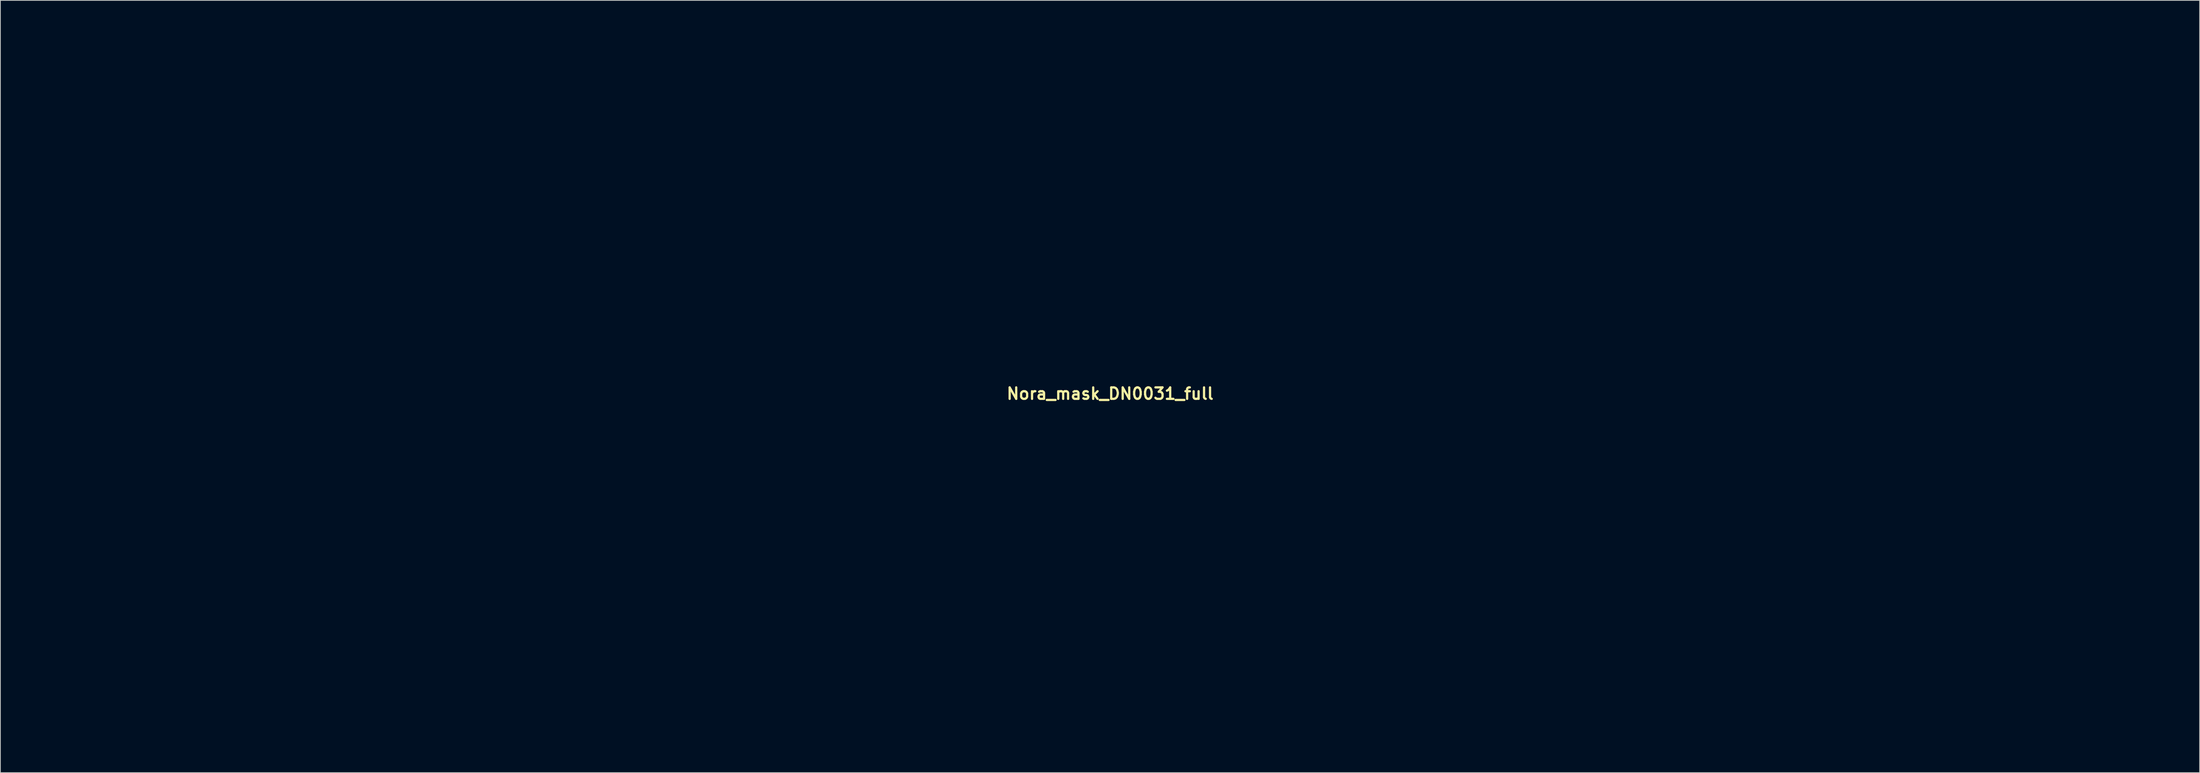
<source format=kicad_pcb>
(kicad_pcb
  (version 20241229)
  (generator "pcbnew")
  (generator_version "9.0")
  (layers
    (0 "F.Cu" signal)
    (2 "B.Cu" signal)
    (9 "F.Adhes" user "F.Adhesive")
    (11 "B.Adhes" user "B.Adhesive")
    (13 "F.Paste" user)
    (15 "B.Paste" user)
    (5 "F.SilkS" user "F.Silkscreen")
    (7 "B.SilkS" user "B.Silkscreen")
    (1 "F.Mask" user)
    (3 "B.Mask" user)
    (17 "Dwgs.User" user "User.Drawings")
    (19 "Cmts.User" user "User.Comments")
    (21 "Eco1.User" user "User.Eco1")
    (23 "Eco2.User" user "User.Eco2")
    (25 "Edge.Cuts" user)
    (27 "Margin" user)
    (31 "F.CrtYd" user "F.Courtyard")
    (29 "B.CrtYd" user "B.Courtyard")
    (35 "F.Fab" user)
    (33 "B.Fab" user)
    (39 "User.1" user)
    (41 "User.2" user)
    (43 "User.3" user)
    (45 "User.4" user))
  (footprint "Nora_mask_DN0031_full"
    (layer "F.Cu")
    (at 144.498 49.318)
    (property "Reference" "Nora_mask_DN0031_full" (at 0 0 0) (layer "F.SilkS") (effects (font (size 1.524 1.524) (thickness 0.3))))
    (attr board_only exclude_from_pos_files exclude_from_bom)
    (fp_poly (pts (xy -103.075 -46.197) (xy -101.22 -46.179) (xy -100.488 -44.909) (xy -100.255 -44.505) (xy -100.035 -44.124) (xy -99.841 -43.789) (xy -99.689 -43.525) (xy -99.59 -43.355) (xy -99.581 -43.339) (xy -99.407 -43.039) (xy -101.262 -43.04) (xy -103.117 -43.04) (xy -103.999 -44.57) (xy -104.242 -44.992) (xy -104.461 -45.374) (xy -104.646 -45.699) (xy -104.789 -45.949) (xy -104.878 -46.108) (xy -104.905 -46.158) (xy -104.844 -46.173) (xy -104.66 -46.185) (xy -104.371 -46.194) (xy -103.996 -46.199) (xy -103.551 -46.2)) (stroke (width 0) (type solid)) (fill yes) (layer "F.Mask"))
    (fp_poly (pts (xy 139.576 31.763) (xy 140.004 31.766) (xy 141.811 31.785) (xy 140.944 33.287) (xy 140.701 33.706) (xy 140.478 34.086) (xy 140.286 34.409) (xy 140.136 34.657) (xy 140.038 34.814) (xy 140.005 34.86) (xy 139.949 34.83) (xy 139.834 34.684) (xy 139.659 34.42) (xy 139.423 34.036) (xy 139.124 33.528) (xy 139.034 33.371) (xy 138.791 32.948) (xy 138.576 32.565) (xy 138.397 32.24) (xy 138.263 31.99) (xy 138.183 31.831) (xy 138.166 31.779) (xy 138.242 31.771) (xy 138.44 31.766) (xy 138.741 31.762) (xy 139.126 31.761)) (stroke (width 0) (type solid)) (fill yes) (layer "F.Mask"))
    (fp_poly (pts (xy -136.364 42.616) (xy -136.12 43.041) (xy -135.901 43.428) (xy -135.717 43.758) (xy -135.577 44.015) (xy -135.491 44.181) (xy -135.467 44.239) (xy -135.536 44.262) (xy -135.74 44.281) (xy -136.071 44.295) (xy -136.523 44.304) (xy -137.089 44.308) (xy -137.283 44.308) (xy -139.1 44.307) (xy -140 42.738) (xy -140.243 42.311) (xy -140.462 41.924) (xy -140.646 41.594) (xy -140.787 41.338) (xy -140.874 41.173) (xy -140.899 41.116) (xy -140.832 41.102) (xy -140.642 41.089) (xy -140.348 41.078) (xy -139.969 41.07) (xy -139.523 41.065) (xy -139.081 41.063) (xy -137.262 41.063)) (stroke (width 0) (type solid)) (fill yes) (layer "F.Mask"))
    (fp_poly (pts (xy -84.177 -47.838) (xy -83.936 -47.42) (xy -83.719 -47.039) (xy -83.534 -46.713) (xy -83.393 -46.46) (xy -83.305 -46.298) (xy -83.282 -46.25) (xy -83.285 -46.226) (xy -83.321 -46.206) (xy -83.401 -46.19) (xy -83.536 -46.176) (xy -83.737 -46.165) (xy -84.014 -46.157) (xy -84.379 -46.151) (xy -84.842 -46.147) (xy -85.414 -46.145) (xy -86.106 -46.144) (xy -86.886 -46.143) (xy -90.531 -46.143) (xy -90.298 -46.554) (xy -90.186 -46.75) (xy -90.022 -47.039) (xy -89.819 -47.394) (xy -89.596 -47.785) (xy -89.394 -48.14) (xy -88.724 -49.314) (xy -86.877 -49.316) (xy -85.031 -49.318)) (stroke (width 0) (type solid)) (fill yes) (layer "F.Mask"))
    (fp_poly (pts (xy 86.878 -44.669) (xy 87.122 -44.247) (xy 87.34 -43.865) (xy 87.523 -43.541) (xy 87.662 -43.291) (xy 87.748 -43.132) (xy 87.771 -43.082) (xy 87.704 -43.07) (xy 87.514 -43.06) (xy 87.22 -43.051) (xy 86.84 -43.044) (xy 86.394 -43.04) (xy 85.943 -43.039) (xy 84.115 -43.039) (xy 83.227 -44.58) (xy 82.984 -45.002) (xy 82.767 -45.384) (xy 82.584 -45.708) (xy 82.446 -45.958) (xy 82.361 -46.117) (xy 82.338 -46.167) (xy 82.406 -46.18) (xy 82.596 -46.191) (xy 82.89 -46.201) (xy 83.269 -46.208) (xy 83.715 -46.212) (xy 84.162 -46.214) (xy 85.986 -46.214)) (stroke (width 0) (type solid)) (fill yes) (layer "F.Mask"))
    (fp_poly (pts (xy 128.293 28.661) (xy 128.665 28.667) (xy 128.948 28.677) (xy 129.124 28.69) (xy 129.176 28.704) (xy 129.135 28.78) (xy 129.034 28.961) (xy 128.882 29.229) (xy 128.688 29.568) (xy 128.464 29.96) (xy 128.272 30.293) (xy 127.392 31.821) (xy 125.573 31.821) (xy 125.045 31.818) (xy 124.588 31.811) (xy 124.215 31.8) (xy 123.943 31.786) (xy 123.787 31.769) (xy 123.754 31.756) (xy 123.789 31.679) (xy 123.884 31.498) (xy 124.032 31.23) (xy 124.222 30.892) (xy 124.446 30.502) (xy 124.628 30.186) (xy 125.503 28.681) (xy 127.351 28.662) (xy 127.849 28.659)) (stroke (width 0) (type solid)) (fill yes) (layer "F.Mask"))
    (fp_poly (pts (xy 131.449 -46.212) (xy 131.89 -46.208) (xy 132.263 -46.201) (xy 132.549 -46.192) (xy 132.729 -46.182) (xy 132.786 -46.171) (xy 132.752 -46.101) (xy 132.657 -45.925) (xy 132.509 -45.662) (xy 132.32 -45.326) (xy 132.097 -44.936) (xy 131.895 -44.584) (xy 131.004 -43.039) (xy 129.178 -43.039) (xy 128.687 -43.041) (xy 128.246 -43.045) (xy 127.874 -43.052) (xy 127.589 -43.062) (xy 127.409 -43.072) (xy 127.353 -43.083) (xy 127.387 -43.154) (xy 127.482 -43.33) (xy 127.629 -43.595) (xy 127.818 -43.93) (xy 128.041 -44.321) (xy 128.242 -44.671) (xy 129.13 -46.214) (xy 130.958 -46.214)) (stroke (width 0) (type solid)) (fill yes) (layer "F.Mask"))
    (fp_poly (pts (xy -129.567 -43.107) (xy -129.102 -43.1) (xy -128.726 -43.089) (xy -128.454 -43.075) (xy -128.3 -43.057) (xy -128.27 -43.044) (xy -128.304 -42.961) (xy -128.399 -42.778) (xy -128.542 -42.517) (xy -128.722 -42.197) (xy -128.928 -41.838) (xy -129.146 -41.462) (xy -129.366 -41.088) (xy -129.575 -40.736) (xy -129.762 -40.427) (xy -129.915 -40.181) (xy -130.021 -40.019) (xy -130.069 -39.96) (xy -130.125 -40.012) (xy -130.236 -40.169) (xy -130.393 -40.412) (xy -130.582 -40.723) (xy -130.793 -41.083) (xy -130.81 -41.113) (xy -131.038 -41.514) (xy -131.26 -41.902) (xy -131.459 -42.251) (xy -131.618 -42.531) (xy -131.714 -42.698) (xy -131.947 -43.109) (xy -130.109 -43.109)) (stroke (width 0) (type solid)) (fill yes) (layer "F.Mask"))
    (fp_poly (pts (xy -70.662 44.264) (xy -70.61 44.328) (xy -70.501 44.495) (xy -70.346 44.744) (xy -70.158 45.055) (xy -69.948 45.408) (xy -69.729 45.783) (xy -69.51 46.159) (xy -69.306 46.516) (xy -69.127 46.833) (xy -68.986 47.092) (xy -68.894 47.27) (xy -68.862 47.348) (xy -68.93 47.367) (xy -69.126 47.384) (xy -69.434 47.397) (xy -69.842 47.407) (xy -70.334 47.412) (xy -70.701 47.413) (xy -72.539 47.413) (xy -72.306 47.004) (xy -72.195 46.809) (xy -72.03 46.52) (xy -71.828 46.166) (xy -71.605 45.774) (xy -71.402 45.419) (xy -71.191 45.055) (xy -70.999 44.739) (xy -70.84 44.49) (xy -70.724 44.325) (xy -70.664 44.264)) (stroke (width 0) (type solid)) (fill yes) (layer "F.Mask"))
    (fp_poly (pts (xy -58.026 -46.155) (xy -57.926 -45.994) (xy -57.779 -45.751) (xy -57.597 -45.445) (xy -57.39 -45.096) (xy -57.171 -44.724) (xy -56.952 -44.347) (xy -56.743 -43.987) (xy -56.556 -43.663) (xy -56.403 -43.394) (xy -56.296 -43.2) (xy -56.245 -43.102) (xy -56.245 -43.1) (xy -56.306 -43.084) (xy -56.49 -43.069) (xy -56.78 -43.056) (xy -57.158 -43.047) (xy -57.605 -43.041) (xy -58.067 -43.039) (xy -59.914 -43.039) (xy -59.727 -43.374) (xy -59.511 -43.758) (xy -59.278 -44.167) (xy -59.039 -44.583) (xy -58.805 -44.988) (xy -58.585 -45.363) (xy -58.392 -45.691) (xy -58.234 -45.954) (xy -58.123 -46.133) (xy -58.07 -46.211) (xy -58.067 -46.212)) (stroke (width 0) (type solid)) (fill yes) (layer "F.Mask"))
    (fp_poly (pts (xy 1.344 34.871) (xy 3.194 34.89) (xy 4.033 36.336) (xy 4.274 36.75) (xy 4.493 37.129) (xy 4.681 37.453) (xy 4.827 37.704) (xy 4.919 37.863) (xy 4.944 37.906) (xy 4.958 37.943) (xy 4.942 37.972) (xy 4.881 37.994) (xy 4.761 38.009) (xy 4.565 38.019) (xy 4.279 38.025) (xy 3.887 38.028) (xy 3.375 38.029) (xy 3.157 38.029) (xy 1.3 38.029) (xy 0.421 36.503) (xy 0.178 36.082) (xy -0.04 35.7) (xy -0.226 35.375) (xy -0.368 35.124) (xy -0.456 34.964) (xy -0.483 34.914) (xy -0.422 34.898) (xy -0.236 34.884) (xy 0.058 34.875) (xy 0.445 34.869) (xy 0.908 34.868)) (stroke (width 0) (type solid)) (fill yes) (layer "F.Mask"))
    (fp_poly (pts (xy 136.039 -11.911) (xy 136.439 -11.907) (xy 138.22 -11.889) (xy 136.43 -8.788) (xy 136.081 -8.184) (xy 135.751 -7.618) (xy 135.449 -7.101) (xy 135.18 -6.646) (xy 134.953 -6.264) (xy 134.773 -5.966) (xy 134.647 -5.765) (xy 134.583 -5.671) (xy 134.577 -5.665) (xy 134.526 -5.718) (xy 134.415 -5.877) (xy 134.255 -6.128) (xy 134.055 -6.452) (xy 133.826 -6.836) (xy 133.612 -7.201) (xy 132.711 -8.757) (xy 133.608 -10.312) (xy 133.855 -10.737) (xy 134.082 -11.119) (xy 134.279 -11.443) (xy 134.435 -11.692) (xy 134.54 -11.849) (xy 134.582 -11.897) (xy 134.67 -11.904) (xy 134.88 -11.91) (xy 135.192 -11.912) (xy 135.585 -11.913)) (stroke (width 0) (type solid)) (fill yes) (layer "F.Mask"))
    (fp_poly (pts (xy 30.616 -46.212) (xy 31.059 -46.206) (xy 31.433 -46.198) (xy 31.721 -46.187) (xy 31.903 -46.174) (xy 31.961 -46.161) (xy 31.927 -46.082) (xy 31.833 -45.903) (xy 31.69 -45.645) (xy 31.509 -45.327) (xy 31.304 -44.97) (xy 31.086 -44.594) (xy 30.866 -44.219) (xy 30.656 -43.865) (xy 30.468 -43.552) (xy 30.313 -43.3) (xy 30.204 -43.13) (xy 30.152 -43.061) (xy 30.152 -43.061) (xy 30.1 -43.114) (xy 29.991 -43.271) (xy 29.837 -43.515) (xy 29.649 -43.827) (xy 29.439 -44.187) (xy 29.422 -44.218) (xy 29.193 -44.618) (xy 28.971 -45.007) (xy 28.773 -45.355) (xy 28.613 -45.635) (xy 28.518 -45.803) (xy 28.285 -46.214) (xy 30.123 -46.214)) (stroke (width 0) (type solid)) (fill yes) (layer "F.Mask"))
    (fp_poly (pts (xy 66.203 -49.217) (xy 66.31 -49.055) (xy 66.464 -48.809) (xy 66.653 -48.499) (xy 66.867 -48.145) (xy 67.093 -47.765) (xy 67.32 -47.379) (xy 67.536 -47.007) (xy 67.73 -46.667) (xy 67.89 -46.38) (xy 67.914 -46.337) (xy 68.019 -46.143) (xy 66.183 -46.143) (xy 65.691 -46.145) (xy 65.248 -46.151) (xy 64.874 -46.159) (xy 64.587 -46.17) (xy 64.405 -46.183) (xy 64.347 -46.197) (xy 64.381 -46.279) (xy 64.475 -46.459) (xy 64.618 -46.718) (xy 64.797 -47.035) (xy 65.002 -47.39) (xy 65.22 -47.764) (xy 65.44 -48.136) (xy 65.65 -48.487) (xy 65.838 -48.796) (xy 65.992 -49.044) (xy 66.102 -49.211) (xy 66.154 -49.276) (xy 66.155 -49.276)) (stroke (width 0) (type solid)) (fill yes) (layer "F.Mask"))
    (fp_poly (pts (xy -101.212 34.939) (xy -101.153 35.026) (xy -101.037 35.216) (xy -100.874 35.489) (xy -100.677 35.825) (xy -100.459 36.205) (xy -100.404 36.301) (xy -100.176 36.699) (xy -99.964 37.069) (xy -99.78 37.388) (xy -99.637 37.635) (xy -99.549 37.785) (xy -99.54 37.8) (xy -99.401 38.029) (xy -101.241 38.029) (xy -101.734 38.028) (xy -102.177 38.023) (xy -102.552 38.017) (xy -102.84 38.008) (xy -103.023 37.997) (xy -103.082 37.987) (xy -103.048 37.916) (xy -102.953 37.741) (xy -102.805 37.477) (xy -102.616 37.142) (xy -102.393 36.751) (xy -102.188 36.395) (xy -101.904 35.905) (xy -101.679 35.528) (xy -101.507 35.252) (xy -101.381 35.068) (xy -101.294 34.964) (xy -101.237 34.929)) (stroke (width 0) (type solid)) (fill yes) (layer "F.Mask"))
    (fp_poly (pts (xy -93.553 -43.107) (xy -93.113 -43.102) (xy -92.742 -43.092) (xy -92.459 -43.081) (xy -92.282 -43.067) (xy -92.228 -43.053) (xy -92.283 -42.943) (xy -92.395 -42.741) (xy -92.552 -42.465) (xy -92.742 -42.136) (xy -92.954 -41.773) (xy -93.175 -41.395) (xy -93.396 -41.023) (xy -93.603 -40.676) (xy -93.785 -40.374) (xy -93.93 -40.137) (xy -94.028 -39.984) (xy -94.065 -39.935) (xy -94.122 -39.991) (xy -94.226 -40.141) (xy -94.359 -40.355) (xy -94.392 -40.411) (xy -94.764 -41.052) (xy -95.091 -41.619) (xy -95.367 -42.103) (xy -95.589 -42.496) (xy -95.753 -42.791) (xy -95.853 -42.98) (xy -95.885 -43.055) (xy -95.818 -43.069) (xy -95.627 -43.083) (xy -95.333 -43.094) (xy -94.953 -43.102) (xy -94.506 -43.108) (xy -94.045 -43.109)) (stroke (width 0) (type solid)) (fill yes) (layer "F.Mask"))
    (fp_poly (pts (xy 48.785 41.066) (xy 49.277 41.074) (xy 49.633 41.088) (xy 49.857 41.107) (xy 49.95 41.132) (xy 49.953 41.138) (xy 49.92 41.213) (xy 49.827 41.39) (xy 49.687 41.648) (xy 49.511 41.968) (xy 49.31 42.327) (xy 49.096 42.707) (xy 48.88 43.086) (xy 48.675 43.445) (xy 48.491 43.762) (xy 48.34 44.018) (xy 48.234 44.192) (xy 48.188 44.261) (xy 48.141 44.218) (xy 48.034 44.068) (xy 47.878 43.826) (xy 47.682 43.508) (xy 47.456 43.13) (xy 47.246 42.77) (xy 47.003 42.345) (xy 46.785 41.958) (xy 46.602 41.627) (xy 46.463 41.369) (xy 46.378 41.201) (xy 46.355 41.143) (xy 46.402 41.116) (xy 46.55 41.096) (xy 46.806 41.08) (xy 47.179 41.07) (xy 47.678 41.065) (xy 48.154 41.063)) (stroke (width 0) (type solid)) (fill yes) (layer "F.Mask"))
    (fp_poly (pts (xy 102.662 34.857) (xy 103.102 34.863) (xy 103.473 34.872) (xy 103.756 34.885) (xy 103.933 34.899) (xy 103.987 34.914) (xy 103.936 35.016) (xy 103.828 35.211) (xy 103.675 35.482) (xy 103.487 35.808) (xy 103.278 36.169) (xy 103.057 36.546) (xy 102.838 36.919) (xy 102.63 37.268) (xy 102.447 37.573) (xy 102.3 37.815) (xy 102.2 37.974) (xy 102.159 38.029) (xy 102.114 37.971) (xy 102.008 37.806) (xy 101.852 37.551) (xy 101.656 37.223) (xy 101.43 36.837) (xy 101.223 36.479) (xy 100.98 36.056) (xy 100.762 35.674) (xy 100.579 35.35) (xy 100.44 35.1) (xy 100.354 34.942) (xy 100.33 34.892) (xy 100.397 34.882) (xy 100.588 34.873) (xy 100.882 34.865) (xy 101.262 34.859) (xy 101.709 34.856) (xy 102.17 34.854)) (stroke (width 0) (type solid)) (fill yes) (layer "F.Mask"))
    (fp_poly (pts (xy -113.39 -46.212) (xy -112.946 -46.208) (xy -112.572 -46.202) (xy -112.284 -46.194) (xy -112.101 -46.184) (xy -112.042 -46.174) (xy -112.076 -46.1) (xy -112.17 -45.926) (xy -112.313 -45.672) (xy -112.492 -45.357) (xy -112.697 -45.002) (xy -112.915 -44.626) (xy -113.136 -44.25) (xy -113.348 -43.891) (xy -113.538 -43.572) (xy -113.697 -43.311) (xy -113.811 -43.128) (xy -113.87 -43.043) (xy -113.875 -43.039) (xy -113.92 -43.097) (xy -114.025 -43.262) (xy -114.18 -43.517) (xy -114.375 -43.844) (xy -114.6 -44.229) (xy -114.796 -44.566) (xy -115.038 -44.988) (xy -115.257 -45.37) (xy -115.442 -45.694) (xy -115.584 -45.945) (xy -115.673 -46.104) (xy -115.699 -46.154) (xy -115.638 -46.17) (xy -115.454 -46.184) (xy -115.166 -46.197) (xy -114.791 -46.206) (xy -114.347 -46.212) (xy -113.883 -46.214)) (stroke (width 0) (type solid)) (fill yes) (layer "F.Mask"))
    (fp_poly (pts (xy -109.786 -40.003) (xy -109.344 -39.998) (xy -108.97 -39.989) (xy -108.683 -39.978) (xy -108.502 -39.965) (xy -108.444 -39.952) (xy -108.478 -39.872) (xy -108.573 -39.692) (xy -108.717 -39.433) (xy -108.898 -39.114) (xy -109.104 -38.757) (xy -109.323 -38.38) (xy -109.544 -38.004) (xy -109.755 -37.65) (xy -109.943 -37.337) (xy -110.098 -37.085) (xy -110.208 -36.916) (xy -110.26 -36.848) (xy -110.261 -36.848) (xy -110.312 -36.9) (xy -110.423 -37.06) (xy -110.584 -37.31) (xy -110.783 -37.635) (xy -111.011 -38.018) (xy -111.22 -38.377) (xy -111.463 -38.8) (xy -111.68 -39.183) (xy -111.864 -39.507) (xy -112.003 -39.757) (xy -112.089 -39.916) (xy -112.113 -39.967) (xy -112.045 -39.977) (xy -111.855 -39.986) (xy -111.561 -39.994) (xy -111.181 -40) (xy -110.735 -40.004) (xy -110.278 -40.005)) (stroke (width 0) (type solid)) (fill yes) (layer "F.Mask"))
    (fp_poly (pts (xy -104.105 44.168) (xy -103.729 44.174) (xy -103.415 44.183) (xy -103.188 44.197) (xy -103.07 44.214) (xy -103.059 44.221) (xy -103.086 44.29) (xy -103.173 44.461) (xy -103.308 44.714) (xy -103.48 45.029) (xy -103.679 45.385) (xy -103.892 45.763) (xy -104.108 46.143) (xy -104.316 46.504) (xy -104.505 46.827) (xy -104.663 47.091) (xy -104.778 47.277) (xy -104.839 47.363) (xy -104.888 47.32) (xy -104.995 47.17) (xy -105.152 46.927) (xy -105.349 46.609) (xy -105.575 46.23) (xy -105.787 45.867) (xy -106.03 45.441) (xy -106.248 45.055) (xy -106.432 44.724) (xy -106.571 44.466) (xy -106.656 44.299) (xy -106.68 44.241) (xy -106.613 44.222) (xy -106.428 44.205) (xy -106.147 44.191) (xy -105.794 44.18) (xy -105.39 44.172) (xy -104.959 44.167) (xy -104.523 44.166)) (stroke (width 0) (type solid)) (fill yes) (layer "F.Mask"))
    (fp_poly (pts (xy -82.844 44.169) (xy -82.431 44.173) (xy -82.063 44.18) (xy -81.765 44.191) (xy -81.558 44.204) (xy -81.467 44.222) (xy -81.466 44.224) (xy -81.491 44.294) (xy -81.577 44.466) (xy -81.712 44.719) (xy -81.884 45.034) (xy -82.082 45.39) (xy -82.294 45.768) (xy -82.51 46.146) (xy -82.717 46.506) (xy -82.905 46.826) (xy -83.062 47.088) (xy -83.176 47.27) (xy -83.235 47.35) (xy -83.285 47.308) (xy -83.394 47.159) (xy -83.552 46.917) (xy -83.75 46.599) (xy -83.977 46.221) (xy -84.192 45.853) (xy -84.434 45.427) (xy -84.649 45.042) (xy -84.826 44.712) (xy -84.958 44.455) (xy -85.035 44.289) (xy -85.05 44.231) (xy -84.972 44.214) (xy -84.775 44.199) (xy -84.485 44.187) (xy -84.123 44.178) (xy -83.713 44.172) (xy -83.279 44.169)) (stroke (width 0) (type solid)) (fill yes) (layer "F.Mask"))
    (fp_poly (pts (xy -5.364 41.065) (xy -4.922 41.07) (xy -4.548 41.077) (xy -4.261 41.087) (xy -4.08 41.098) (xy -4.022 41.11) (xy -4.056 41.189) (xy -4.15 41.368) (xy -4.293 41.625) (xy -4.473 41.943) (xy -4.679 42.299) (xy -4.898 42.675) (xy -5.12 43.052) (xy -5.332 43.408) (xy -5.523 43.724) (xy -5.681 43.981) (xy -5.795 44.158) (xy -5.853 44.236) (xy -5.856 44.238) (xy -5.906 44.18) (xy -6.015 44.015) (xy -6.174 43.76) (xy -6.372 43.432) (xy -6.6 43.046) (xy -6.802 42.697) (xy -7.045 42.275) (xy -7.262 41.893) (xy -7.444 41.569) (xy -7.583 41.319) (xy -7.668 41.16) (xy -7.691 41.11) (xy -7.623 41.097) (xy -7.433 41.086) (xy -7.139 41.077) (xy -6.759 41.069) (xy -6.313 41.065) (xy -5.856 41.063)) (stroke (width 0) (type solid)) (fill yes) (layer "F.Mask"))
    (fp_poly (pts (xy -139.043 -43.045) (xy -138.978 -42.955) (xy -138.86 -42.766) (xy -138.701 -42.5) (xy -138.512 -42.176) (xy -138.303 -41.815) (xy -138.088 -41.436) (xy -137.876 -41.059) (xy -137.68 -40.706) (xy -137.51 -40.395) (xy -137.379 -40.146) (xy -137.297 -39.981) (xy -137.275 -39.92) (xy -137.352 -39.904) (xy -137.551 -39.891) (xy -137.853 -39.88) (xy -138.238 -39.871) (xy -138.688 -39.865) (xy -139.11 -39.864) (xy -139.675 -39.865) (xy -140.113 -39.869) (xy -140.437 -39.877) (xy -140.663 -39.889) (xy -140.804 -39.907) (xy -140.874 -39.93) (xy -140.887 -39.958) (xy -140.84 -40.069) (xy -140.735 -40.271) (xy -140.583 -40.545) (xy -140.397 -40.871) (xy -140.187 -41.231) (xy -139.966 -41.604) (xy -139.745 -41.972) (xy -139.535 -42.314) (xy -139.349 -42.612) (xy -139.197 -42.847) (xy -139.091 -42.997) (xy -139.043 -43.045)) (stroke (width 0) (type solid)) (fill yes) (layer "F.Mask"))
    (fp_poly (pts (xy -113.833 31.808) (xy -113.732 31.969) (xy -113.584 32.212) (xy -113.4 32.519) (xy -113.193 32.869) (xy -112.973 33.243) (xy -112.753 33.621) (xy -112.544 33.983) (xy -112.357 34.31) (xy -112.203 34.581) (xy -112.095 34.777) (xy -112.045 34.878) (xy -112.042 34.887) (xy -112.11 34.897) (xy -112.3 34.906) (xy -112.594 34.914) (xy -112.974 34.92) (xy -113.421 34.924) (xy -113.883 34.925) (xy -114.374 34.923) (xy -114.814 34.917) (xy -115.185 34.907) (xy -115.468 34.895) (xy -115.645 34.881) (xy -115.699 34.866) (xy -115.651 34.77) (xy -115.544 34.578) (xy -115.392 34.311) (xy -115.206 33.988) (xy -114.997 33.628) (xy -114.778 33.251) (xy -114.558 32.878) (xy -114.351 32.527) (xy -114.168 32.22) (xy -114.02 31.974) (xy -113.918 31.811) (xy -113.875 31.75) (xy -113.875 31.75)) (stroke (width 0) (type solid)) (fill yes) (layer "F.Mask"))
    (fp_poly (pts (xy -43.11 -43.109) (xy -42.674 -43.106) (xy -42.349 -43.1) (xy -42.12 -43.09) (xy -41.973 -43.075) (xy -41.892 -43.054) (xy -41.863 -43.027) (xy -41.865 -43.002) (xy -41.92 -42.891) (xy -42.031 -42.687) (xy -42.186 -42.41) (xy -42.375 -42.081) (xy -42.584 -41.718) (xy -42.804 -41.343) (xy -43.021 -40.974) (xy -43.224 -40.633) (xy -43.402 -40.339) (xy -43.542 -40.111) (xy -43.634 -39.971) (xy -43.664 -39.934) (xy -43.711 -39.993) (xy -43.818 -40.158) (xy -43.975 -40.412) (xy -44.171 -40.74) (xy -44.398 -41.125) (xy -44.593 -41.462) (xy -44.835 -41.883) (xy -45.054 -42.265) (xy -45.24 -42.59) (xy -45.382 -42.841) (xy -45.47 -43) (xy -45.497 -43.049) (xy -45.436 -43.065) (xy -45.252 -43.08) (xy -44.963 -43.092) (xy -44.587 -43.101) (xy -44.143 -43.107) (xy -43.672 -43.109)) (stroke (width 0) (type solid)) (fill yes) (layer "F.Mask"))
    (fp_poly (pts (xy 3.915 44.166) (xy 4.291 44.172) (xy 4.605 44.181) (xy 4.831 44.195) (xy 4.949 44.214) (xy 4.96 44.221) (xy 4.933 44.29) (xy 4.845 44.46) (xy 4.709 44.713) (xy 4.536 45.027) (xy 4.337 45.384) (xy 4.123 45.762) (xy 3.905 46.142) (xy 3.696 46.504) (xy 3.507 46.829) (xy 3.348 47.095) (xy 3.231 47.283) (xy 3.168 47.374) (xy 3.166 47.376) (xy 3.12 47.329) (xy 3.015 47.176) (xy 2.86 46.931) (xy 2.665 46.611) (xy 2.439 46.231) (xy 2.231 45.873) (xy 1.988 45.448) (xy 1.77 45.062) (xy 1.587 44.731) (xy 1.448 44.473) (xy 1.363 44.305) (xy 1.341 44.248) (xy 1.407 44.227) (xy 1.592 44.208) (xy 1.873 44.193) (xy 2.227 44.181) (xy 2.63 44.172) (xy 3.061 44.166) (xy 3.497 44.164)) (stroke (width 0) (type solid)) (fill yes) (layer "F.Mask"))
    (fp_poly (pts (xy 36.051 -43.107) (xy 36.492 -43.101) (xy 36.864 -43.091) (xy 37.148 -43.079) (xy 37.327 -43.064) (xy 37.383 -43.048) (xy 37.331 -42.944) (xy 37.222 -42.746) (xy 37.068 -42.474) (xy 36.879 -42.146) (xy 36.669 -41.784) (xy 36.448 -41.407) (xy 36.228 -41.035) (xy 36.02 -40.687) (xy 35.837 -40.383) (xy 35.69 -40.143) (xy 35.591 -39.987) (xy 35.551 -39.934) (xy 35.503 -39.993) (xy 35.396 -40.157) (xy 35.239 -40.411) (xy 35.043 -40.737) (xy 34.818 -41.119) (xy 34.647 -41.415) (xy 34.406 -41.833) (xy 34.189 -42.214) (xy 34.004 -42.54) (xy 33.863 -42.793) (xy 33.775 -42.954) (xy 33.752 -43.002) (xy 33.753 -43.035) (xy 33.795 -43.06) (xy 33.892 -43.079) (xy 34.06 -43.093) (xy 34.314 -43.102) (xy 34.668 -43.107) (xy 35.137 -43.109) (xy 35.558 -43.109)) (stroke (width 0) (type solid)) (fill yes) (layer "F.Mask"))
    (fp_poly (pts (xy 109.405 44.296) (xy 109.507 44.457) (xy 109.657 44.701) (xy 109.842 45.008) (xy 110.05 45.359) (xy 110.27 45.733) (xy 110.49 46.111) (xy 110.7 46.474) (xy 110.886 46.8) (xy 111.038 47.072) (xy 111.145 47.268) (xy 111.194 47.368) (xy 111.196 47.376) (xy 111.128 47.386) (xy 110.938 47.395) (xy 110.644 47.403) (xy 110.264 47.408) (xy 109.818 47.412) (xy 109.361 47.413) (xy 108.869 47.412) (xy 108.427 47.408) (xy 108.053 47.402) (xy 107.766 47.394) (xy 107.585 47.385) (xy 107.527 47.375) (xy 107.561 47.299) (xy 107.655 47.123) (xy 107.797 46.867) (xy 107.977 46.551) (xy 108.182 46.195) (xy 108.401 45.819) (xy 108.622 45.442) (xy 108.833 45.084) (xy 109.024 44.766) (xy 109.183 44.506) (xy 109.297 44.324) (xy 109.356 44.241) (xy 109.36 44.238)) (stroke (width 0) (type solid)) (fill yes) (layer "F.Mask"))
    (fp_poly (pts (xy 119.132 44.166) (xy 119.508 44.172) (xy 119.821 44.181) (xy 120.048 44.195) (xy 120.166 44.214) (xy 120.177 44.221) (xy 120.149 44.29) (xy 120.062 44.461) (xy 119.925 44.713) (xy 119.752 45.028) (xy 119.553 45.384) (xy 119.339 45.762) (xy 119.122 46.143) (xy 118.913 46.505) (xy 118.723 46.829) (xy 118.564 47.095) (xy 118.448 47.284) (xy 118.385 47.374) (xy 118.383 47.376) (xy 118.338 47.329) (xy 118.232 47.176) (xy 118.077 46.931) (xy 117.882 46.611) (xy 117.656 46.231) (xy 117.448 45.873) (xy 117.205 45.448) (xy 116.987 45.062) (xy 116.804 44.731) (xy 116.666 44.473) (xy 116.581 44.305) (xy 116.558 44.248) (xy 116.625 44.227) (xy 116.81 44.208) (xy 117.09 44.193) (xy 117.444 44.181) (xy 117.848 44.172) (xy 118.279 44.166) (xy 118.714 44.164)) (stroke (width 0) (type solid)) (fill yes) (layer "F.Mask"))
    (fp_poly (pts (xy 135.042 41.066) (xy 135.484 41.072) (xy 135.858 41.082) (xy 136.145 41.094) (xy 136.326 41.109) (xy 136.384 41.124) (xy 136.35 41.199) (xy 136.255 41.379) (xy 136.107 41.646) (xy 135.918 41.982) (xy 135.697 42.37) (xy 135.531 42.658) (xy 135.29 43.075) (xy 135.071 43.454) (xy 134.884 43.777) (xy 134.74 44.026) (xy 134.65 44.184) (xy 134.624 44.229) (xy 134.568 44.242) (xy 134.472 44.141) (xy 134.327 43.919) (xy 134.322 43.912) (xy 134.151 43.623) (xy 133.952 43.283) (xy 133.736 42.912) (xy 133.515 42.529) (xy 133.301 42.154) (xy 133.103 41.808) (xy 132.935 41.509) (xy 132.807 41.28) (xy 132.731 41.138) (xy 132.715 41.102) (xy 132.782 41.092) (xy 132.973 41.082) (xy 133.267 41.074) (xy 133.646 41.068) (xy 134.093 41.065) (xy 134.549 41.063)) (stroke (width 0) (type solid)) (fill yes) (layer "F.Mask"))
    (fp_poly (pts (xy -142.636 -5.572) (xy -142.526 -5.412) (xy -142.367 -5.162) (xy -142.168 -4.836) (xy -141.94 -4.452) (xy -141.725 -4.084) (xy -140.826 -2.523) (xy -141.716 -0.98) (xy -141.96 -0.557) (xy -142.183 -0.176) (xy -142.375 0.146) (xy -142.524 0.393) (xy -142.622 0.549) (xy -142.656 0.595) (xy -142.704 0.546) (xy -142.811 0.389) (xy -142.969 0.142) (xy -143.166 -0.181) (xy -143.393 -0.562) (xy -143.603 -0.922) (xy -143.846 -1.345) (xy -144.065 -1.729) (xy -144.248 -2.056) (xy -144.388 -2.308) (xy -144.474 -2.47) (xy -144.498 -2.523) (xy -144.463 -2.602) (xy -144.369 -2.781) (xy -144.225 -3.039) (xy -144.045 -3.357) (xy -143.84 -3.714) (xy -143.621 -4.091) (xy -143.401 -4.466) (xy -143.191 -4.821) (xy -143.002 -5.134) (xy -142.848 -5.386) (xy -142.739 -5.556) (xy -142.687 -5.625) (xy -142.686 -5.625)) (stroke (width 0) (type solid)) (fill yes) (layer "F.Mask"))
    (fp_poly (pts (xy -129.457 44.17) (xy -128.99 44.176) (xy -128.646 44.188) (xy -128.418 44.205) (xy -128.296 44.227) (xy -128.27 44.248) (xy -128.303 44.324) (xy -128.395 44.501) (xy -128.535 44.758) (xy -128.711 45.076) (xy -128.913 45.435) (xy -129.127 45.814) (xy -129.344 46.194) (xy -129.552 46.555) (xy -129.74 46.876) (xy -129.896 47.14) (xy -130.009 47.324) (xy -130.068 47.41) (xy -130.073 47.413) (xy -130.118 47.357) (xy -130.213 47.207) (xy -130.341 46.994) (xy -130.374 46.937) (xy -130.503 46.714) (xy -130.684 46.401) (xy -130.899 46.03) (xy -131.128 45.632) (xy -131.288 45.356) (xy -131.49 45.001) (xy -131.661 44.689) (xy -131.791 44.439) (xy -131.869 44.272) (xy -131.886 44.209) (xy -131.807 44.198) (xy -131.606 44.188) (xy -131.303 44.179) (xy -130.917 44.173) (xy -130.467 44.169) (xy -130.057 44.168)) (stroke (width 0) (type solid)) (fill yes) (layer "F.Mask"))
    (fp_poly (pts (xy -124.629 38.022) (xy -124.526 38.187) (xy -124.372 38.443) (xy -124.178 38.773) (xy -123.953 39.161) (xy -123.731 39.548) (xy -122.826 41.132) (xy -123.72 42.685) (xy -123.966 43.107) (xy -124.19 43.486) (xy -124.383 43.804) (xy -124.534 44.046) (xy -124.635 44.196) (xy -124.673 44.238) (xy -124.723 44.18) (xy -124.832 44.015) (xy -124.991 43.761) (xy -125.189 43.434) (xy -125.415 43.051) (xy -125.597 42.739) (xy -125.838 42.319) (xy -126.052 41.935) (xy -126.232 41.607) (xy -126.367 41.35) (xy -126.447 41.185) (xy -126.465 41.132) (xy -126.432 41.048) (xy -126.34 40.865) (xy -126.201 40.603) (xy -126.025 40.281) (xy -125.825 39.919) (xy -125.611 39.538) (xy -125.395 39.158) (xy -125.187 38.799) (xy -125 38.479) (xy -124.845 38.221) (xy -124.733 38.043) (xy -124.675 37.965) (xy -124.672 37.963)) (stroke (width 0) (type solid)) (fill yes) (layer "F.Mask"))
    (fp_poly (pts (xy -56.183 38.081) (xy -56.069 38.265) (xy -55.912 38.528) (xy -55.724 38.849) (xy -55.516 39.21) (xy -55.299 39.59) (xy -55.084 39.969) (xy -54.884 40.327) (xy -54.709 40.644) (xy -54.57 40.9) (xy -54.479 41.076) (xy -54.448 41.151) (xy -54.448 41.152) (xy -54.526 41.172) (xy -54.721 41.187) (xy -55.009 41.198) (xy -55.368 41.205) (xy -55.775 41.208) (xy -56.207 41.207) (xy -56.642 41.203) (xy -57.057 41.194) (xy -57.429 41.183) (xy -57.735 41.168) (xy -57.953 41.151) (xy -58.06 41.13) (xy -58.067 41.123) (xy -58.034 41.038) (xy -57.941 40.856) (xy -57.8 40.596) (xy -57.622 40.279) (xy -57.42 39.923) (xy -57.203 39.549) (xy -56.984 39.175) (xy -56.773 38.821) (xy -56.583 38.507) (xy -56.425 38.252) (xy -56.31 38.076) (xy -56.248 37.998) (xy -56.243 37.996)) (stroke (width 0) (type solid)) (fill yes) (layer "F.Mask"))
    (fp_poly (pts (xy -18.402 -39.905) (xy -18.383 -39.884) (xy -18.291 -39.738) (xy -18.151 -39.504) (xy -17.975 -39.203) (xy -17.774 -38.856) (xy -17.56 -38.483) (xy -17.345 -38.104) (xy -17.14 -37.739) (xy -16.956 -37.411) (xy -16.806 -37.138) (xy -16.701 -36.941) (xy -16.653 -36.841) (xy -16.651 -36.834) (xy -16.718 -36.816) (xy -16.903 -36.8) (xy -17.184 -36.786) (xy -17.537 -36.774) (xy -17.941 -36.765) (xy -18.371 -36.759) (xy -18.807 -36.756) (xy -19.224 -36.756) (xy -19.6 -36.759) (xy -19.912 -36.767) (xy -20.138 -36.778) (xy -20.255 -36.793) (xy -20.265 -36.798) (xy -20.241 -36.867) (xy -20.155 -37.041) (xy -20.016 -37.304) (xy -19.831 -37.639) (xy -19.611 -38.03) (xy -19.385 -38.424) (xy -19.104 -38.908) (xy -18.884 -39.281) (xy -18.716 -39.555) (xy -18.592 -39.742) (xy -18.504 -39.855) (xy -18.443 -39.905)) (stroke (width 0) (type solid)) (fill yes) (layer "F.Mask"))
    (fp_poly (pts (xy 60.735 -46.055) (xy 60.68 -45.964) (xy 60.563 -45.762) (xy 60.389 -45.464) (xy 60.167 -45.081) (xy 59.904 -44.626) (xy 59.607 -44.111) (xy 59.283 -43.55) (xy 58.94 -42.954) (xy 58.918 -42.915) (xy 58.577 -42.324) (xy 58.256 -41.772) (xy 57.963 -41.27) (xy 57.704 -40.831) (xy 57.487 -40.467) (xy 57.318 -40.188) (xy 57.204 -40.007) (xy 57.153 -39.935) (xy 57.152 -39.934) (xy 57.104 -39.993) (xy 56.997 -40.158) (xy 56.839 -40.413) (xy 56.642 -40.742) (xy 56.415 -41.128) (xy 56.204 -41.492) (xy 55.961 -41.917) (xy 55.745 -42.301) (xy 55.565 -42.629) (xy 55.43 -42.883) (xy 55.349 -43.046) (xy 55.329 -43.101) (xy 55.369 -43.173) (xy 55.47 -43.351) (xy 55.621 -43.617) (xy 55.814 -43.954) (xy 56.039 -44.345) (xy 56.233 -44.682) (xy 57.115 -46.212) (xy 60.835 -46.214)) (stroke (width 0) (type solid)) (fill yes) (layer "F.Mask"))
    (fp_poly (pts (xy 23.438 41.066) (xy 23.878 41.072) (xy 24.249 41.082) (xy 24.533 41.095) (xy 24.711 41.11) (xy 24.765 41.125) (xy 24.731 41.195) (xy 24.634 41.374) (xy 24.482 41.646) (xy 24.284 41.997) (xy 24.048 42.414) (xy 23.781 42.882) (xy 23.493 43.386) (xy 23.19 43.914) (xy 22.882 44.45) (xy 22.576 44.981) (xy 22.28 45.492) (xy 22.004 45.969) (xy 21.754 46.398) (xy 21.539 46.765) (xy 21.367 47.056) (xy 21.247 47.256) (xy 21.186 47.351) (xy 21.181 47.356) (xy 21.132 47.314) (xy 21.024 47.163) (xy 20.865 46.922) (xy 20.667 46.604) (xy 20.44 46.225) (xy 20.224 45.856) (xy 19.98 45.429) (xy 19.763 45.04) (xy 19.582 44.706) (xy 19.446 44.444) (xy 19.365 44.272) (xy 19.346 44.21) (xy 19.386 44.126) (xy 19.487 43.939) (xy 19.639 43.664) (xy 19.833 43.32) (xy 20.058 42.925) (xy 20.249 42.593) (xy 21.131 41.064) (xy 22.948 41.064)) (stroke (width 0) (type solid)) (fill yes) (layer "F.Mask"))
    (fp_poly (pts (xy -130.008 28.681) (xy -129.131 30.198) (xy -128.856 30.676) (xy -128.646 31.049) (xy -128.494 31.331) (xy -128.392 31.539) (xy -128.332 31.687) (xy -128.308 31.791) (xy -128.313 31.867) (xy -128.32 31.891) (xy -128.374 32.001) (xy -128.487 32.213) (xy -128.651 32.507) (xy -128.852 32.864) (xy -129.081 33.264) (xy -129.216 33.496) (xy -130.045 34.925) (xy -131.872 34.925) (xy -132.427 34.925) (xy -132.857 34.923) (xy -133.179 34.918) (xy -133.412 34.91) (xy -133.57 34.895) (xy -133.672 34.874) (xy -133.734 34.844) (xy -133.774 34.804) (xy -133.799 34.766) (xy -133.883 34.626) (xy -134.018 34.397) (xy -134.189 34.102) (xy -134.386 33.76) (xy -134.597 33.393) (xy -134.81 33.02) (xy -135.013 32.664) (xy -135.194 32.344) (xy -135.341 32.082) (xy -135.443 31.898) (xy -135.488 31.813) (xy -135.488 31.81) (xy -135.459 31.736) (xy -135.368 31.556) (xy -135.225 31.288) (xy -135.039 30.949) (xy -134.82 30.556) (xy -134.62 30.201) (xy -133.738 28.649)) (stroke (width 0) (type solid)) (fill yes) (layer "F.Mask"))
    (fp_poly (pts (xy -66.508 -46.212) (xy -66.067 -46.209) (xy -65.74 -46.201) (xy -65.511 -46.189) (xy -65.367 -46.172) (xy -65.293 -46.149) (xy -65.276 -46.12) (xy -65.276 -46.119) (xy -65.317 -46.034) (xy -65.419 -45.845) (xy -65.576 -45.564) (xy -65.778 -45.205) (xy -66.018 -44.784) (xy -66.288 -44.314) (xy -66.579 -43.809) (xy -66.883 -43.283) (xy -67.192 -42.751) (xy -67.497 -42.226) (xy -67.792 -41.722) (xy -68.067 -41.253) (xy -68.314 -40.835) (xy -68.526 -40.479) (xy -68.693 -40.202) (xy -68.808 -40.016) (xy -68.863 -39.936) (xy -68.866 -39.934) (xy -68.913 -39.993) (xy -69.02 -40.158) (xy -69.177 -40.413) (xy -69.374 -40.741) (xy -69.601 -41.127) (xy -69.811 -41.488) (xy -70.054 -41.913) (xy -70.27 -42.298) (xy -70.45 -42.627) (xy -70.585 -42.882) (xy -70.665 -43.046) (xy -70.684 -43.102) (xy -70.644 -43.178) (xy -70.543 -43.358) (xy -70.39 -43.625) (xy -70.197 -43.964) (xy -69.971 -44.355) (xy -69.779 -44.688) (xy -68.897 -46.213) (xy -67.076 -46.214)) (stroke (width 0) (type solid)) (fill yes) (layer "F.Mask"))
    (fp_poly (pts (xy 100.408 -46.099) (xy 100.517 -45.93) (xy 100.679 -45.667) (xy 100.886 -45.323) (xy 101.129 -44.913) (xy 101.401 -44.45) (xy 101.693 -43.949) (xy 101.998 -43.424) (xy 102.306 -42.889) (xy 102.611 -42.357) (xy 102.904 -41.844) (xy 103.177 -41.363) (xy 103.421 -40.928) (xy 103.629 -40.553) (xy 103.792 -40.252) (xy 103.903 -40.041) (xy 103.953 -39.931) (xy 103.955 -39.92) (xy 103.879 -39.907) (xy 103.678 -39.897) (xy 103.368 -39.887) (xy 102.967 -39.88) (xy 102.489 -39.874) (xy 101.953 -39.869) (xy 101.372 -39.866) (xy 100.765 -39.865) (xy 100.148 -39.865) (xy 99.536 -39.867) (xy 98.946 -39.87) (xy 98.394 -39.875) (xy 97.897 -39.882) (xy 97.471 -39.889) (xy 97.132 -39.899) (xy 96.897 -39.909) (xy 96.781 -39.922) (xy 96.772 -39.926) (xy 96.799 -39.997) (xy 96.889 -40.176) (xy 97.034 -40.448) (xy 97.227 -40.799) (xy 97.46 -41.215) (xy 97.723 -41.683) (xy 98.009 -42.187) (xy 98.31 -42.714) (xy 98.618 -43.249) (xy 98.925 -43.779) (xy 99.222 -44.29) (xy 99.501 -44.766) (xy 99.755 -45.196) (xy 99.975 -45.563) (xy 100.153 -45.854) (xy 100.281 -46.055) (xy 100.351 -46.152) (xy 100.36 -46.159)) (stroke (width 0) (type solid)) (fill yes) (layer "F.Mask"))
    (fp_poly (pts (xy -36.41 -46.079) (xy -36.312 -45.952) (xy -36.174 -45.742) (xy -35.988 -45.439) (xy -35.748 -45.03) (xy -35.537 -44.666) (xy -35.294 -44.243) (xy -35.076 -43.86) (xy -34.893 -43.536) (xy -34.753 -43.286) (xy -34.667 -43.127) (xy -34.643 -43.076) (xy -34.71 -43.066) (xy -34.9 -43.057) (xy -35.193 -43.049) (xy -35.57 -43.043) (xy -36.013 -43.04) (xy -36.407 -43.039) (xy -36.889 -43.038) (xy -37.321 -43.035) (xy -37.683 -43.031) (xy -37.958 -43.026) (xy -38.126 -43.019) (xy -38.171 -43.013) (xy -38.137 -42.948) (xy -38.041 -42.777) (xy -37.894 -42.518) (xy -37.705 -42.187) (xy -37.483 -41.802) (xy -37.296 -41.479) (xy -37.057 -41.061) (xy -36.845 -40.684) (xy -36.67 -40.363) (xy -36.541 -40.117) (xy -36.467 -39.963) (xy -36.454 -39.917) (xy -36.532 -39.898) (xy -36.726 -39.884) (xy -37.014 -39.873) (xy -37.373 -39.866) (xy -37.78 -39.863) (xy -38.213 -39.863) (xy -38.648 -39.866) (xy -39.063 -39.873) (xy -39.435 -39.883) (xy -39.742 -39.896) (xy -39.961 -39.911) (xy -40.068 -39.93) (xy -40.076 -39.936) (xy -40.041 -40.009) (xy -39.944 -40.19) (xy -39.793 -40.465) (xy -39.594 -40.818) (xy -39.358 -41.237) (xy -39.091 -41.706) (xy -38.803 -42.211) (xy -38.501 -42.739) (xy -38.193 -43.274) (xy -37.888 -43.803) (xy -37.594 -44.311) (xy -37.319 -44.784) (xy -37.071 -45.208) (xy -36.859 -45.569) (xy -36.69 -45.852) (xy -36.573 -46.043) (xy -36.516 -46.128) (xy -36.516 -46.129) (xy -36.476 -46.134)) (stroke (width 0) (type solid)) (fill yes) (layer "F.Mask"))
    (fp_poly (pts (xy -11.216 -46.109) (xy -11.107 -45.948) (xy -10.949 -45.697) (xy -10.753 -45.373) (xy -10.527 -44.991) (xy -10.348 -44.681) (xy -10.11 -44.268) (xy -9.893 -43.898) (xy -9.71 -43.588) (xy -9.569 -43.356) (xy -9.48 -43.217) (xy -9.454 -43.185) (xy -9.411 -43.244) (xy -9.308 -43.409) (xy -9.156 -43.663) (xy -8.963 -43.99) (xy -8.741 -44.373) (xy -8.569 -44.673) (xy -8.331 -45.085) (xy -8.112 -45.453) (xy -7.925 -45.76) (xy -7.778 -45.989) (xy -7.683 -46.123) (xy -7.652 -46.152) (xy -7.6 -46.091) (xy -7.488 -45.924) (xy -7.327 -45.667) (xy -7.127 -45.337) (xy -6.898 -44.95) (xy -6.695 -44.602) (xy -5.805 -43.06) (xy -6.662 -41.576) (xy -6.905 -41.156) (xy -7.13 -40.773) (xy -7.324 -40.445) (xy -7.478 -40.19) (xy -7.58 -40.027) (xy -7.613 -39.978) (xy -7.658 -39.942) (xy -7.737 -39.914) (xy -7.866 -39.894) (xy -8.062 -39.88) (xy -8.343 -39.871) (xy -8.724 -39.866) (xy -9.224 -39.864) (xy -9.459 -39.864) (xy -9.942 -39.866) (xy -10.376 -39.873) (xy -10.744 -39.882) (xy -11.024 -39.895) (xy -11.197 -39.91) (xy -11.246 -39.923) (xy -11.222 -39.997) (xy -11.136 -40.177) (xy -10.997 -40.443) (xy -10.814 -40.78) (xy -10.596 -41.169) (xy -10.412 -41.492) (xy -9.541 -43.004) (xy -11.322 -43.039) (xy -13.103 -43.074) (xy -12.214 -44.61) (xy -11.969 -45.031) (xy -11.744 -45.409) (xy -11.552 -45.727) (xy -11.401 -45.97) (xy -11.301 -46.12) (xy -11.266 -46.163)) (stroke (width 0) (type solid)) (fill yes) (layer "F.Mask"))
    (fp_poly (pts (xy 64.399 41.192) (xy 64.507 41.357) (xy 64.666 41.611) (xy 64.863 41.938) (xy 65.091 42.322) (xy 65.28 42.647) (xy 66.156 44.16) (xy 67.026 42.645) (xy 67.268 42.229) (xy 67.489 41.859) (xy 67.68 41.55) (xy 67.829 41.319) (xy 67.928 41.183) (xy 67.962 41.151) (xy 68.006 41.213) (xy 68.112 41.383) (xy 68.272 41.648) (xy 68.478 41.992) (xy 68.722 42.402) (xy 68.996 42.865) (xy 69.291 43.365) (xy 69.599 43.889) (xy 69.912 44.424) (xy 70.222 44.954) (xy 70.52 45.466) (xy 70.799 45.947) (xy 71.05 46.381) (xy 71.264 46.755) (xy 71.435 47.054) (xy 71.553 47.266) (xy 71.61 47.375) (xy 71.614 47.387) (xy 71.546 47.392) (xy 71.349 47.397) (xy 71.038 47.401) (xy 70.625 47.404) (xy 70.124 47.407) (xy 69.547 47.409) (xy 68.907 47.41) (xy 68.219 47.411) (xy 67.963 47.411) (xy 64.311 47.408) (xy 63.408 45.827) (xy 62.561 44.344) (xy 66.26 44.344) (xy 67.084 45.773) (xy 67.319 46.176) (xy 67.532 46.533) (xy 67.714 46.829) (xy 67.853 47.045) (xy 67.939 47.165) (xy 67.961 47.184) (xy 68.01 47.121) (xy 68.118 46.952) (xy 68.275 46.695) (xy 68.47 46.367) (xy 68.692 45.987) (xy 68.826 45.755) (xy 69.638 44.344) (xy 68.791 44.324) (xy 68.341 44.318) (xy 67.831 44.316) (xy 67.338 44.32) (xy 67.103 44.324) (xy 66.26 44.344) (xy 62.561 44.344) (xy 62.505 44.245) (xy 63.4 42.69) (xy 63.645 42.267) (xy 63.869 41.888) (xy 64.062 41.569) (xy 64.213 41.327) (xy 64.313 41.177) (xy 64.35 41.134)) (stroke (width 0) (type solid)) (fill yes) (layer "F.Mask"))
    (fp_poly (pts (xy 6.835 -46.084) (xy 6.949 -45.901) (xy 7.106 -45.638) (xy 7.295 -45.317) (xy 7.505 -44.956) (xy 7.723 -44.578) (xy 7.939 -44.201) (xy 8.139 -43.847) (xy 8.313 -43.537) (xy 8.449 -43.289) (xy 8.534 -43.126) (xy 8.558 -43.069) (xy 8.525 -42.98) (xy 8.432 -42.795) (xy 8.291 -42.532) (xy 8.112 -42.211) (xy 7.908 -41.853) (xy 7.69 -41.478) (xy 7.469 -41.104) (xy 7.259 -40.752) (xy 7.069 -40.442) (xy 6.911 -40.194) (xy 6.798 -40.027) (xy 6.741 -39.961) (xy 6.739 -39.961) (xy 6.685 -40.025) (xy 6.573 -40.195) (xy 6.412 -40.453) (xy 6.213 -40.782) (xy 5.988 -41.165) (xy 5.839 -41.422) (xy 5.603 -41.829) (xy 5.388 -42.193) (xy 5.206 -42.496) (xy 5.065 -42.723) (xy 4.978 -42.854) (xy 4.955 -42.881) (xy 4.906 -42.827) (xy 4.799 -42.667) (xy 4.643 -42.417) (xy 4.448 -42.094) (xy 4.225 -41.713) (xy 4.055 -41.419) (xy 3.818 -41.007) (xy 3.602 -40.639) (xy 3.418 -40.331) (xy 3.276 -40.102) (xy 3.186 -39.966) (xy 3.159 -39.937) (xy 3.088 -39.988) (xy 3.008 -40.093) (xy 2.896 -40.277) (xy 2.741 -40.539) (xy 2.555 -40.86) (xy 2.35 -41.218) (xy 2.136 -41.593) (xy 1.927 -41.965) (xy 1.732 -42.312) (xy 1.565 -42.614) (xy 1.437 -42.85) (xy 1.359 -43) (xy 1.341 -43.043) (xy 1.409 -43.063) (xy 1.605 -43.08) (xy 1.916 -43.094) (xy 2.329 -43.104) (xy 2.831 -43.109) (xy 3.133 -43.109) (xy 4.925 -43.109) (xy 5.822 -44.667) (xy 6.067 -45.086) (xy 6.291 -45.458) (xy 6.484 -45.768) (xy 6.637 -45.999) (xy 6.738 -46.136) (xy 6.778 -46.167)) (stroke (width 0) (type solid)) (fill yes) (layer "F.Mask"))
    (fp_poly (pts (xy 105.805 -49.259) (xy 105.911 -49.088) (xy 106.074 -48.817) (xy 106.287 -48.458) (xy 106.542 -48.022) (xy 106.835 -47.521) (xy 107.157 -46.966) (xy 107.503 -46.368) (xy 107.866 -45.738) (xy 108.24 -45.09) (xy 108.617 -44.433) (xy 108.991 -43.779) (xy 109.356 -43.14) (xy 109.705 -42.527) (xy 110.031 -41.952) (xy 110.329 -41.426) (xy 110.591 -40.96) (xy 110.81 -40.567) (xy 110.981 -40.257) (xy 111.096 -40.042) (xy 111.15 -39.933) (xy 111.153 -39.922) (xy 111.074 -39.905) (xy 110.878 -39.89) (xy 110.588 -39.879) (xy 110.226 -39.871) (xy 109.817 -39.867) (xy 109.383 -39.865) (xy 108.948 -39.867) (xy 108.535 -39.871) (xy 108.167 -39.879) (xy 107.869 -39.89) (xy 107.662 -39.904) (xy 107.571 -39.921) (xy 107.569 -39.923) (xy 107.593 -39.997) (xy 107.679 -40.177) (xy 107.818 -40.443) (xy 108.001 -40.78) (xy 108.219 -41.169) (xy 108.404 -41.492) (xy 109.275 -43.004) (xy 107.487 -43.022) (xy 105.699 -43.041) (xy 106.578 -44.563) (xy 106.819 -44.982) (xy 107.034 -45.359) (xy 107.215 -45.677) (xy 107.352 -45.92) (xy 107.435 -46.071) (xy 107.456 -46.114) (xy 107.389 -46.122) (xy 107.199 -46.129) (xy 106.906 -46.135) (xy 106.529 -46.14) (xy 106.086 -46.143) (xy 105.692 -46.143) (xy 105.21 -46.145) (xy 104.778 -46.149) (xy 104.415 -46.155) (xy 104.141 -46.163) (xy 103.973 -46.173) (xy 103.928 -46.182) (xy 103.962 -46.255) (xy 104.056 -46.428) (xy 104.199 -46.681) (xy 104.378 -46.995) (xy 104.583 -47.349) (xy 104.801 -47.725) (xy 105.022 -48.102) (xy 105.234 -48.46) (xy 105.424 -48.781) (xy 105.583 -49.043) (xy 105.697 -49.227) (xy 105.757 -49.314) (xy 105.761 -49.318)) (stroke (width 0) (type solid)) (fill yes) (layer "F.Mask"))
    (fp_poly (pts (xy -43.594 41.22) (xy -43.483 41.389) (xy -43.327 41.642) (xy -43.139 41.956) (xy -42.929 42.313) (xy -42.71 42.692) (xy -42.494 43.072) (xy -42.291 43.433) (xy -42.115 43.755) (xy -41.975 44.016) (xy -41.885 44.198) (xy -41.856 44.28) (xy -41.856 44.28) (xy -41.895 44.36) (xy -41.995 44.545) (xy -42.147 44.817) (xy -42.339 45.158) (xy -42.564 45.552) (xy -42.755 45.885) (xy -43.635 47.413) (xy -45.453 47.413) (xy -45.943 47.411) (xy -46.383 47.405) (xy -46.755 47.395) (xy -47.039 47.382) (xy -47.217 47.367) (xy -47.272 47.353) (xy -47.238 47.277) (xy -47.143 47.097) (xy -46.996 46.831) (xy -46.807 46.495) (xy -46.586 46.108) (xy -46.426 45.829) (xy -46.189 45.419) (xy -45.978 45.051) (xy -45.802 44.742) (xy -45.671 44.509) (xy -45.595 44.37) (xy -45.579 44.337) (xy -45.646 44.329) (xy -45.836 44.322) (xy -46.129 44.317) (xy -46.506 44.312) (xy -46.949 44.31) (xy -47.343 44.309) (xy -47.825 44.307) (xy -48.257 44.303) (xy -48.62 44.297) (xy -48.894 44.288) (xy -49.062 44.278) (xy -49.107 44.269) (xy -49.072 44.186) (xy -48.977 44.006) (xy -48.833 43.747) (xy -48.651 43.431) (xy -48.444 43.076) (xy -48.222 42.702) (xy -47.998 42.328) (xy -47.783 41.975) (xy -47.59 41.661) (xy -47.429 41.407) (xy -47.313 41.232) (xy -47.252 41.155) (xy -47.248 41.154) (xy -47.196 41.219) (xy -47.084 41.389) (xy -46.924 41.648) (xy -46.725 41.98) (xy -46.497 42.365) (xy -46.322 42.668) (xy -45.463 44.159) (xy -44.59 42.645) (xy -44.347 42.23) (xy -44.125 41.86) (xy -43.934 41.552) (xy -43.784 41.321) (xy -43.685 41.185) (xy -43.65 41.154)) (stroke (width 0) (type solid)) (fill yes) (layer "F.Mask"))
    (fp_poly (pts (xy 112.999 31.809) (xy 113.101 31.976) (xy 113.258 32.238) (xy 113.46 32.58) (xy 113.7 32.988) (xy 113.97 33.448) (xy 114.261 33.947) (xy 114.566 34.471) (xy 114.876 35.005) (xy 115.183 35.535) (xy 115.479 36.047) (xy 115.756 36.528) (xy 116.006 36.964) (xy 116.221 37.339) (xy 116.392 37.641) (xy 116.512 37.856) (xy 116.571 37.969) (xy 116.577 37.981) (xy 116.549 38.062) (xy 116.461 38.241) (xy 116.324 38.499) (xy 116.148 38.816) (xy 115.946 39.173) (xy 115.73 39.549) (xy 115.51 39.925) (xy 115.298 40.281) (xy 115.106 40.597) (xy 114.945 40.853) (xy 114.828 41.029) (xy 114.764 41.106) (xy 114.759 41.108) (xy 114.705 41.043) (xy 114.592 40.873) (xy 114.43 40.615) (xy 114.23 40.286) (xy 114.003 39.902) (xy 113.843 39.629) (xy 113.605 39.221) (xy 113.39 38.857) (xy 113.207 38.554) (xy 113.067 38.328) (xy 112.981 38.197) (xy 112.958 38.171) (xy 112.913 38.229) (xy 112.808 38.393) (xy 112.654 38.646) (xy 112.461 38.971) (xy 112.239 39.351) (xy 112.085 39.617) (xy 111.849 40.026) (xy 111.633 40.393) (xy 111.45 40.7) (xy 111.309 40.931) (xy 111.221 41.068) (xy 111.197 41.098) (xy 111.112 41.082) (xy 111.072 41.045) (xy 111.005 40.943) (xy 110.885 40.744) (xy 110.724 40.471) (xy 110.533 40.142) (xy 110.325 39.78) (xy 110.111 39.405) (xy 109.904 39.037) (xy 109.714 38.697) (xy 109.554 38.407) (xy 109.436 38.186) (xy 109.37 38.056) (xy 109.361 38.031) (xy 109.431 38.006) (xy 109.64 37.986) (xy 109.986 37.971) (xy 110.467 37.962) (xy 111.08 37.959) (xy 111.151 37.959) (xy 112.941 37.959) (xy 113.797 36.476) (xy 114.035 36.063) (xy 114.247 35.691) (xy 114.424 35.378) (xy 114.557 35.141) (xy 114.635 34.996) (xy 114.653 34.959) (xy 114.585 34.95) (xy 114.396 34.941) (xy 114.103 34.934) (xy 113.725 34.929) (xy 113.282 34.926) (xy 112.883 34.925) (xy 112.402 34.923) (xy 111.972 34.916) (xy 111.612 34.906) (xy 111.341 34.894) (xy 111.178 34.879) (xy 111.137 34.865) (xy 111.186 34.768) (xy 111.292 34.576) (xy 111.444 34.307) (xy 111.631 33.983) (xy 111.839 33.623) (xy 112.059 33.246) (xy 112.278 32.873) (xy 112.485 32.523) (xy 112.668 32.216) (xy 112.816 31.971) (xy 112.917 31.809) (xy 112.959 31.75) (xy 112.959 31.75)) (stroke (width 0) (type solid)) (fill yes) (layer "F.Mask"))
    (fp_poly (pts (xy -31.005 38.047) (xy -30.955 38.124) (xy -30.842 38.312) (xy -30.673 38.597) (xy -30.455 38.968) (xy -30.196 39.413) (xy -29.902 39.919) (xy -29.581 40.475) (xy -29.239 41.067) (xy -29.211 41.116) (xy -28.87 41.707) (xy -28.55 42.259) (xy -28.258 42.761) (xy -28 43.2) (xy -27.784 43.564) (xy -27.616 43.843) (xy -27.504 44.023) (xy -27.455 44.095) (xy -27.453 44.095) (xy -27.408 44.036) (xy -27.303 43.871) (xy -27.149 43.616) (xy -26.955 43.289) (xy -26.733 42.907) (xy -26.564 42.614) (xy -26.326 42.203) (xy -26.108 41.839) (xy -25.92 41.536) (xy -25.774 41.312) (xy -25.678 41.183) (xy -25.647 41.158) (xy -25.596 41.222) (xy -25.486 41.389) (xy -25.332 41.639) (xy -25.144 41.95) (xy -24.934 42.304) (xy -24.714 42.679) (xy -24.496 43.055) (xy -24.291 43.412) (xy -24.112 43.73) (xy -23.971 43.988) (xy -23.879 44.166) (xy -23.848 44.242) (xy -23.916 44.261) (xy -24.108 44.279) (xy -24.407 44.295) (xy -24.798 44.309) (xy -25.263 44.32) (xy -25.655 44.325) (xy -27.461 44.344) (xy -28.352 45.882) (xy -28.627 46.356) (xy -28.842 46.72) (xy -29.004 46.985) (xy -29.124 47.166) (xy -29.209 47.273) (xy -29.268 47.32) (xy -29.31 47.318) (xy -29.335 47.294) (xy -29.397 47.197) (xy -29.517 46.997) (xy -29.684 46.714) (xy -29.886 46.368) (xy -30.112 45.978) (xy -30.21 45.807) (xy -30.439 45.411) (xy -30.645 45.058) (xy -30.82 44.766) (xy -30.95 44.552) (xy -31.027 44.434) (xy -31.041 44.417) (xy -31.088 44.467) (xy -31.195 44.622) (xy -31.351 44.868) (xy -31.545 45.186) (xy -31.768 45.561) (xy -31.914 45.812) (xy -32.196 46.302) (xy -32.417 46.683) (xy -32.583 46.968) (xy -32.702 47.169) (xy -32.785 47.298) (xy -32.838 47.37) (xy -32.871 47.395) (xy -32.891 47.388) (xy -32.908 47.36) (xy -32.923 47.333) (xy -33.048 47.129) (xy -33.214 46.85) (xy -33.408 46.515) (xy -33.62 46.145) (xy -33.839 45.76) (xy -34.052 45.378) (xy -34.251 45.019) (xy -34.422 44.705) (xy -34.556 44.454) (xy -34.641 44.286) (xy -34.666 44.221) (xy -34.59 44.206) (xy -34.392 44.193) (xy -34.091 44.182) (xy -33.707 44.174) (xy -33.258 44.169) (xy -32.85 44.168) (xy -31.066 44.168) (xy -30.22 42.704) (xy -29.373 41.24) (xy -31.131 41.221) (xy -31.688 41.214) (xy -32.119 41.205) (xy -32.437 41.193) (xy -32.656 41.178) (xy -32.791 41.158) (xy -32.856 41.133) (xy -32.866 41.107) (xy -32.826 41.022) (xy -32.725 40.833) (xy -32.572 40.557) (xy -32.379 40.212) (xy -32.153 39.815) (xy -31.964 39.486) (xy -31.678 38.993) (xy -31.452 38.615) (xy -31.28 38.34) (xy -31.155 38.16) (xy -31.069 38.063) (xy -31.017 38.04)) (stroke (width 0) (type solid)) (fill yes) (layer "F.Mask")))
  (gr_rect
    (start -3 -3)
    (end 289.308 99.732)
    (stroke (width 0.1) (type default))
    (fill no)
    (layer "Edge.Cuts")))
</source>
